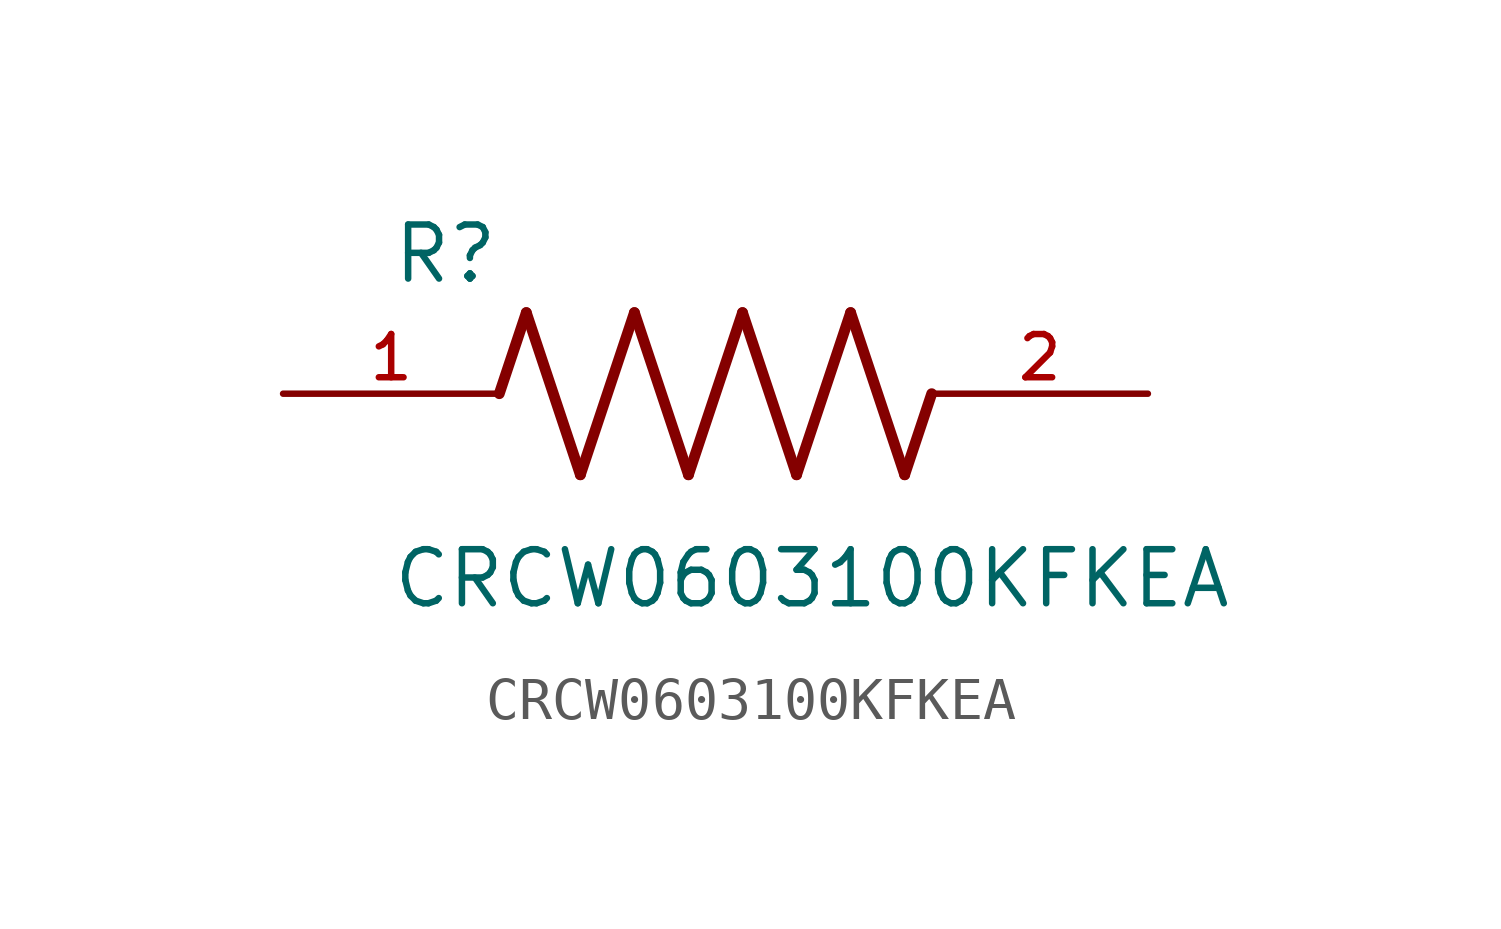
<source format=kicad_sym>
(kicad_symbol_lib
  (version 20241209)
  (generator "kicad_symbol_editor")
  (generator_version "9.0")
  (symbol "CRCW0603100KFKEA"
    (pin_names
      (offset 1.016))
    (property "Reference" "R"
      (at -7.624 2.542 0)
      (effects (font (size 1.27 1.27)) (justify left bottom)))
    (property "Value" "CRCW0603100KFKEA"
      (at -7.63 -5.087 0)
      (effects (font (size 1.27 1.27)) (justify left bottom)))
    (symbol "CRCW0603100KFKEA_0_0"
      (polyline (pts (xy -5.08 0) (xy -4.445 1.905)) (stroke (width 0.254) (type default)) (fill (type none)))
      (polyline (pts (xy -4.445 1.905) (xy -3.175 -1.905)) (stroke (width 0.254) (type default)) (fill (type none)))
      (polyline (pts (xy -3.175 -1.905) (xy -1.905 1.905)) (stroke (width 0.254) (type default)) (fill (type none)))
      (polyline (pts (xy -1.905 1.905) (xy -0.635 -1.905)) (stroke (width 0.254) (type default)) (fill (type none)))
      (polyline (pts (xy -0.635 -1.905) (xy 0.635 1.905)) (stroke (width 0.254) (type default)) (fill (type none)))
      (polyline (pts (xy 0.635 1.905) (xy 1.905 -1.905)) (stroke (width 0.254) (type default)) (fill (type none)))
      (polyline (pts (xy 1.905 -1.905) (xy 3.175 1.905)) (stroke (width 0.254) (type default)) (fill (type none)))
      (polyline (pts (xy 3.175 1.905) (xy 4.445 -1.905)) (stroke (width 0.254) (type default)) (fill (type none)))
      (polyline (pts (xy 4.445 -1.905) (xy 5.08 0)) (stroke (width 0.254) (type default)) (fill (type none)))
      (pin passive line (at -10.16 0 0) (length 5.08) (name "~" (effects (font (size 1.016 1.016)))) (number "1" (effects (font (size 1.016 1.016)))))
      (pin passive line (at 10.16 0 180) (length 5.08) (name "~" (effects (font (size 1.016 1.016)))) (number "2" (effects (font (size 1.016 1.016))))))))
</source>
